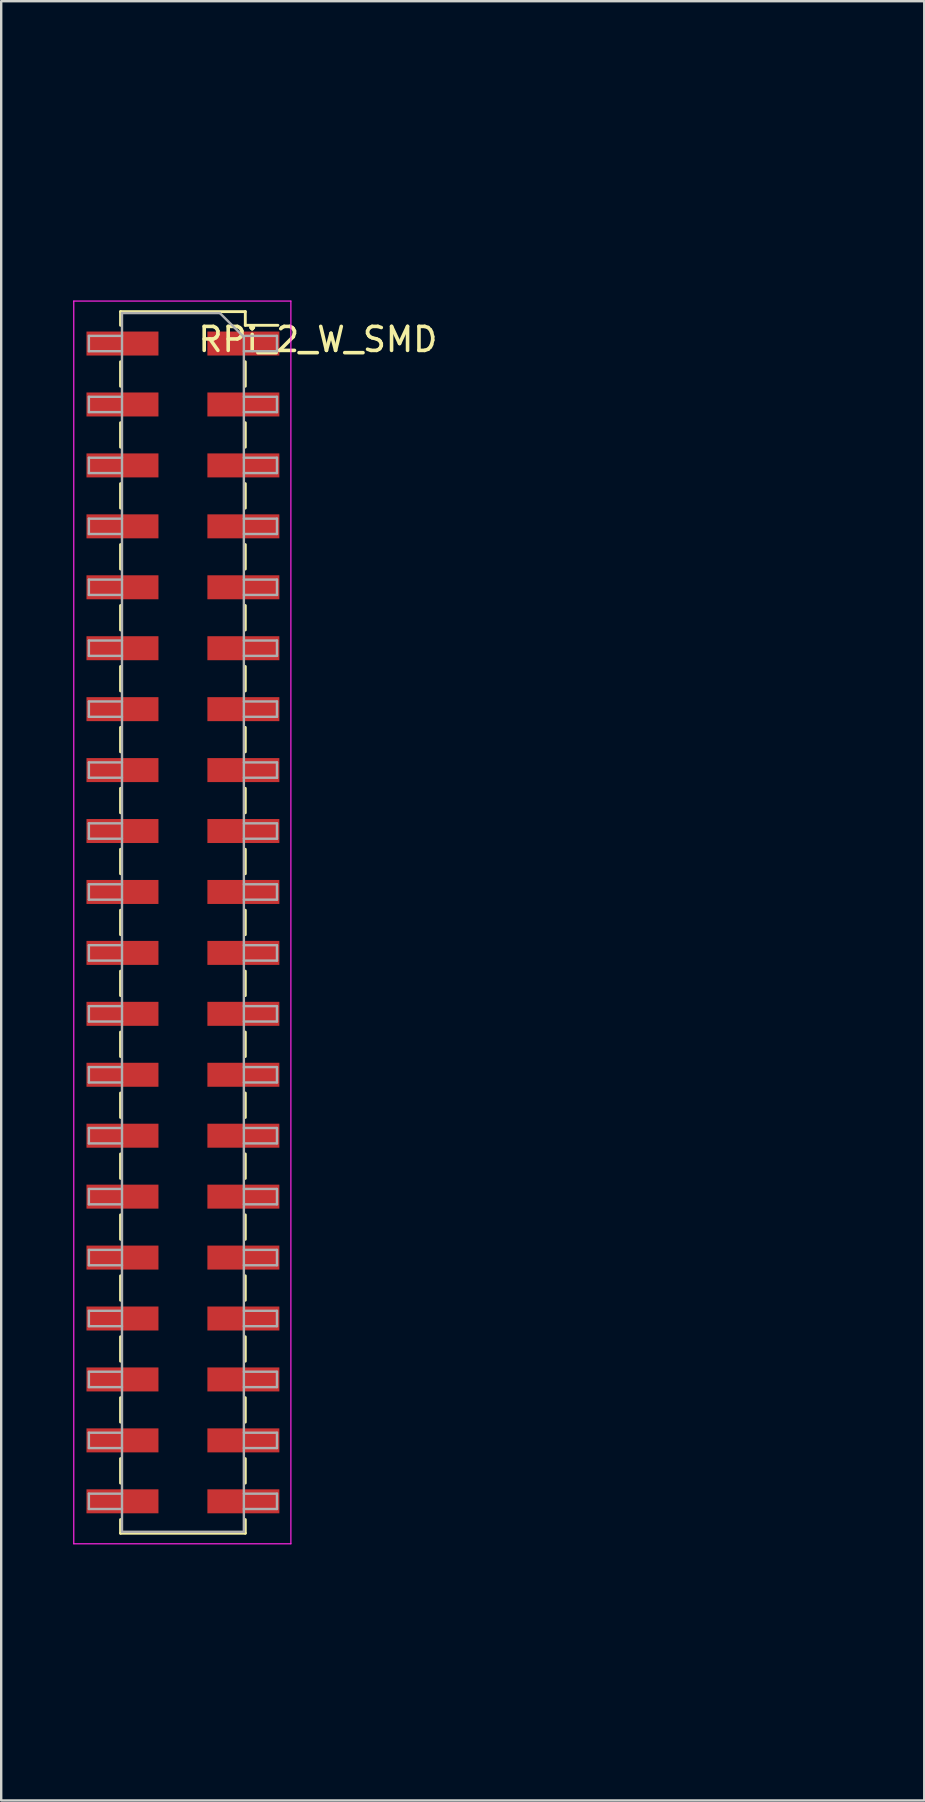
<source format=kicad_pcb>
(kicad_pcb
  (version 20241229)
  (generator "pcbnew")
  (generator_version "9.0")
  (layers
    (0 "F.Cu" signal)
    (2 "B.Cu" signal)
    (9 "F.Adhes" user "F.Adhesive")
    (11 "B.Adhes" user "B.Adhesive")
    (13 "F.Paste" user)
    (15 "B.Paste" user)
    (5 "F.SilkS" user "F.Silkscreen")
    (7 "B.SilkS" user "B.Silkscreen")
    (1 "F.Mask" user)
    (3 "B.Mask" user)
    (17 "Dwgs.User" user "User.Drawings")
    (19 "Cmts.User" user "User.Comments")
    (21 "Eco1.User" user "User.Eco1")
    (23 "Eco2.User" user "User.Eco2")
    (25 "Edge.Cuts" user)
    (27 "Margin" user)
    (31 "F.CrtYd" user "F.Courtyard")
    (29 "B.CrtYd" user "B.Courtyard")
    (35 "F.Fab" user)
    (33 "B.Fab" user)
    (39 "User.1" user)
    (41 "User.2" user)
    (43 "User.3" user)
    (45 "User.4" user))
  (footprint "RPi_2_W_SMD"
    (layer "F.Cu")
    (at 4.575 35.4)
    (property "Reference" "RPi_2_W_SMD" (at 5.625 -24.3 180) (layer "F.SilkS") (effects (font (size 1 1) (thickness 0.15))))
    (attr smd)
    (fp_line (start -2.6 -25.46) (end -2.6 -24.89) (stroke (width 0.12) (type solid)) (layer "F.SilkS"))
    (fp_line (start -2.6 -25.46) (end 2.6 -25.46) (stroke (width 0.12) (type solid)) (layer "F.SilkS"))
    (fp_line (start -2.6 -23.37) (end -2.6 -22.35) (stroke (width 0.12) (type solid)) (layer "F.SilkS"))
    (fp_line (start -2.6 -20.83) (end -2.6 -19.81) (stroke (width 0.12) (type solid)) (layer "F.SilkS"))
    (fp_line (start -2.6 -18.29) (end -2.6 -17.27) (stroke (width 0.12) (type solid)) (layer "F.SilkS"))
    (fp_line (start -2.6 -15.75) (end -2.6 -14.73) (stroke (width 0.12) (type solid)) (layer "F.SilkS"))
    (fp_line (start -2.6 -13.21) (end -2.6 -12.19) (stroke (width 0.12) (type solid)) (layer "F.SilkS"))
    (fp_line (start -2.6 -10.67) (end -2.6 -9.65) (stroke (width 0.12) (type solid)) (layer "F.SilkS"))
    (fp_line (start -2.6 -8.13) (end -2.6 -7.11) (stroke (width 0.12) (type solid)) (layer "F.SilkS"))
    (fp_line (start -2.6 -5.59) (end -2.6 -4.57) (stroke (width 0.12) (type solid)) (layer "F.SilkS"))
    (fp_line (start -2.6 -3.05) (end -2.6 -2.03) (stroke (width 0.12) (type solid)) (layer "F.SilkS"))
    (fp_line (start -2.6 -0.51) (end -2.6 0.51) (stroke (width 0.12) (type solid)) (layer "F.SilkS"))
    (fp_line (start -2.6 2.03) (end -2.6 3.05) (stroke (width 0.12) (type solid)) (layer "F.SilkS"))
    (fp_line (start -2.6 4.57) (end -2.6 5.59) (stroke (width 0.12) (type solid)) (layer "F.SilkS"))
    (fp_line (start -2.6 7.11) (end -2.6 8.13) (stroke (width 0.12) (type solid)) (layer "F.SilkS"))
    (fp_line (start -2.6 9.65) (end -2.6 10.67) (stroke (width 0.12) (type solid)) (layer "F.SilkS"))
    (fp_line (start -2.6 12.19) (end -2.6 13.21) (stroke (width 0.12) (type solid)) (layer "F.SilkS"))
    (fp_line (start -2.6 14.73) (end -2.6 15.75) (stroke (width 0.12) (type solid)) (layer "F.SilkS"))
    (fp_line (start -2.6 17.27) (end -2.6 18.29) (stroke (width 0.12) (type solid)) (layer "F.SilkS"))
    (fp_line (start -2.6 19.81) (end -2.6 20.83) (stroke (width 0.12) (type solid)) (layer "F.SilkS"))
    (fp_line (start -2.6 22.35) (end -2.6 23.37) (stroke (width 0.12) (type solid)) (layer "F.SilkS"))
    (fp_line (start -2.6 24.89) (end -2.6 25.46) (stroke (width 0.12) (type solid)) (layer "F.SilkS"))
    (fp_line (start -2.6 25.46) (end 2.6 25.46) (stroke (width 0.12) (type solid)) (layer "F.SilkS"))
    (fp_line (start 2.6 -25.46) (end 2.6 -24.89) (stroke (width 0.12) (type solid)) (layer "F.SilkS"))
    (fp_line (start 2.6 -24.89) (end 3.96 -24.89) (stroke (width 0.12) (type solid)) (layer "F.SilkS"))
    (fp_line (start 2.6 -23.37) (end 2.6 -22.35) (stroke (width 0.12) (type solid)) (layer "F.SilkS"))
    (fp_line (start 2.6 -20.83) (end 2.6 -19.81) (stroke (width 0.12) (type solid)) (layer "F.SilkS"))
    (fp_line (start 2.6 -18.29) (end 2.6 -17.27) (stroke (width 0.12) (type solid)) (layer "F.SilkS"))
    (fp_line (start 2.6 -15.75) (end 2.6 -14.73) (stroke (width 0.12) (type solid)) (layer "F.SilkS"))
    (fp_line (start 2.6 -13.21) (end 2.6 -12.19) (stroke (width 0.12) (type solid)) (layer "F.SilkS"))
    (fp_line (start 2.6 -10.67) (end 2.6 -9.65) (stroke (width 0.12) (type solid)) (layer "F.SilkS"))
    (fp_line (start 2.6 -8.13) (end 2.6 -7.11) (stroke (width 0.12) (type solid)) (layer "F.SilkS"))
    (fp_line (start 2.6 -5.59) (end 2.6 -4.57) (stroke (width 0.12) (type solid)) (layer "F.SilkS"))
    (fp_line (start 2.6 -3.05) (end 2.6 -2.03) (stroke (width 0.12) (type solid)) (layer "F.SilkS"))
    (fp_line (start 2.6 -0.51) (end 2.6 0.51) (stroke (width 0.12) (type solid)) (layer "F.SilkS"))
    (fp_line (start 2.6 2.03) (end 2.6 3.05) (stroke (width 0.12) (type solid)) (layer "F.SilkS"))
    (fp_line (start 2.6 4.57) (end 2.6 5.59) (stroke (width 0.12) (type solid)) (layer "F.SilkS"))
    (fp_line (start 2.6 7.11) (end 2.6 8.13) (stroke (width 0.12) (type solid)) (layer "F.SilkS"))
    (fp_line (start 2.6 9.65) (end 2.6 10.67) (stroke (width 0.12) (type solid)) (layer "F.SilkS"))
    (fp_line (start 2.6 12.19) (end 2.6 13.21) (stroke (width 0.12) (type solid)) (layer "F.SilkS"))
    (fp_line (start 2.6 14.73) (end 2.6 15.75) (stroke (width 0.12) (type solid)) (layer "F.SilkS"))
    (fp_line (start 2.6 17.27) (end 2.6 18.29) (stroke (width 0.12) (type solid)) (layer "F.SilkS"))
    (fp_line (start 2.6 19.81) (end 2.6 20.83) (stroke (width 0.12) (type solid)) (layer "F.SilkS"))
    (fp_line (start 2.6 22.35) (end 2.6 23.37) (stroke (width 0.12) (type solid)) (layer "F.SilkS"))
    (fp_line (start 2.6 24.89) (end 2.6 25.46) (stroke (width 0.12) (type solid)) (layer "F.SilkS"))
    (fp_line (start -4.55 -25.9) (end 4.5 -25.9) (stroke (width 0.05) (type solid)) (layer "F.CrtYd"))
    (fp_line (start -4.55 25.9) (end -4.55 -25.9) (stroke (width 0.05) (type solid)) (layer "F.CrtYd"))
    (fp_line (start 4.5 -25.9) (end 4.5 25.9) (stroke (width 0.05) (type solid)) (layer "F.CrtYd"))
    (fp_line (start 4.5 25.9) (end -4.55 25.9) (stroke (width 0.05) (type solid)) (layer "F.CrtYd"))
    (fp_line (start -3.92 -24.45) (end -2.54 -24.45) (stroke (width 0.1) (type solid)) (layer "F.Fab"))
    (fp_line (start -3.92 -23.81) (end -3.92 -24.45) (stroke (width 0.1) (type solid)) (layer "F.Fab"))
    (fp_line (start -3.92 -21.91) (end -2.54 -21.91) (stroke (width 0.1) (type solid)) (layer "F.Fab"))
    (fp_line (start -3.92 -21.27) (end -3.92 -21.91) (stroke (width 0.1) (type solid)) (layer "F.Fab"))
    (fp_line (start -3.92 -19.37) (end -2.54 -19.37) (stroke (width 0.1) (type solid)) (layer "F.Fab"))
    (fp_line (start -3.92 -18.73) (end -3.92 -19.37) (stroke (width 0.1) (type solid)) (layer "F.Fab"))
    (fp_line (start -3.92 -16.83) (end -2.54 -16.83) (stroke (width 0.1) (type solid)) (layer "F.Fab"))
    (fp_line (start -3.92 -16.19) (end -3.92 -16.83) (stroke (width 0.1) (type solid)) (layer "F.Fab"))
    (fp_line (start -3.92 -14.29) (end -2.54 -14.29) (stroke (width 0.1) (type solid)) (layer "F.Fab"))
    (fp_line (start -3.92 -13.65) (end -3.92 -14.29) (stroke (width 0.1) (type solid)) (layer "F.Fab"))
    (fp_line (start -3.92 -11.75) (end -2.54 -11.75) (stroke (width 0.1) (type solid)) (layer "F.Fab"))
    (fp_line (start -3.92 -11.11) (end -3.92 -11.75) (stroke (width 0.1) (type solid)) (layer "F.Fab"))
    (fp_line (start -3.92 -9.21) (end -2.54 -9.21) (stroke (width 0.1) (type solid)) (layer "F.Fab"))
    (fp_line (start -3.92 -8.57) (end -3.92 -9.21) (stroke (width 0.1) (type solid)) (layer "F.Fab"))
    (fp_line (start -3.92 -6.67) (end -2.54 -6.67) (stroke (width 0.1) (type solid)) (layer "F.Fab"))
    (fp_line (start -3.92 -6.03) (end -3.92 -6.67) (stroke (width 0.1) (type solid)) (layer "F.Fab"))
    (fp_line (start -3.92 -4.13) (end -2.54 -4.13) (stroke (width 0.1) (type solid)) (layer "F.Fab"))
    (fp_line (start -3.92 -3.49) (end -3.92 -4.13) (stroke (width 0.1) (type solid)) (layer "F.Fab"))
    (fp_line (start -3.92 -1.59) (end -2.54 -1.59) (stroke (width 0.1) (type solid)) (layer "F.Fab"))
    (fp_line (start -3.92 -0.95) (end -3.92 -1.59) (stroke (width 0.1) (type solid)) (layer "F.Fab"))
    (fp_line (start -3.92 0.95) (end -2.54 0.95) (stroke (width 0.1) (type solid)) (layer "F.Fab"))
    (fp_line (start -3.92 1.59) (end -3.92 0.95) (stroke (width 0.1) (type solid)) (layer "F.Fab"))
    (fp_line (start -3.92 3.49) (end -2.54 3.49) (stroke (width 0.1) (type solid)) (layer "F.Fab"))
    (fp_line (start -3.92 4.13) (end -3.92 3.49) (stroke (width 0.1) (type solid)) (layer "F.Fab"))
    (fp_line (start -3.92 6.03) (end -2.54 6.03) (stroke (width 0.1) (type solid)) (layer "F.Fab"))
    (fp_line (start -3.92 6.67) (end -3.92 6.03) (stroke (width 0.1) (type solid)) (layer "F.Fab"))
    (fp_line (start -3.92 8.57) (end -2.54 8.57) (stroke (width 0.1) (type solid)) (layer "F.Fab"))
    (fp_line (start -3.92 9.21) (end -3.92 8.57) (stroke (width 0.1) (type solid)) (layer "F.Fab"))
    (fp_line (start -3.92 11.11) (end -2.54 11.11) (stroke (width 0.1) (type solid)) (layer "F.Fab"))
    (fp_line (start -3.92 11.75) (end -3.92 11.11) (stroke (width 0.1) (type solid)) (layer "F.Fab"))
    (fp_line (start -3.92 13.65) (end -2.54 13.65) (stroke (width 0.1) (type solid)) (layer "F.Fab"))
    (fp_line (start -3.92 14.29) (end -3.92 13.65) (stroke (width 0.1) (type solid)) (layer "F.Fab"))
    (fp_line (start -3.92 16.19) (end -2.54 16.19) (stroke (width 0.1) (type solid)) (layer "F.Fab"))
    (fp_line (start -3.92 16.83) (end -3.92 16.19) (stroke (width 0.1) (type solid)) (layer "F.Fab"))
    (fp_line (start -3.92 18.73) (end -2.54 18.73) (stroke (width 0.1) (type solid)) (layer "F.Fab"))
    (fp_line (start -3.92 19.37) (end -3.92 18.73) (stroke (width 0.1) (type solid)) (layer "F.Fab"))
    (fp_line (start -3.92 21.27) (end -2.54 21.27) (stroke (width 0.1) (type solid)) (layer "F.Fab"))
    (fp_line (start -3.92 21.91) (end -3.92 21.27) (stroke (width 0.1) (type solid)) (layer "F.Fab"))
    (fp_line (start -3.92 23.81) (end -2.54 23.81) (stroke (width 0.1) (type solid)) (layer "F.Fab"))
    (fp_line (start -3.92 24.45) (end -3.92 23.81) (stroke (width 0.1) (type solid)) (layer "F.Fab"))
    (fp_line (start -2.54 -25.4) (end 1.54 -25.4) (stroke (width 0.1) (type solid)) (layer "F.Fab"))
    (fp_line (start -2.54 -23.81) (end -3.92 -23.81) (stroke (width 0.1) (type solid)) (layer "F.Fab"))
    (fp_line (start -2.54 -21.27) (end -3.92 -21.27) (stroke (width 0.1) (type solid)) (layer "F.Fab"))
    (fp_line (start -2.54 -18.73) (end -3.92 -18.73) (stroke (width 0.1) (type solid)) (layer "F.Fab"))
    (fp_line (start -2.54 -16.19) (end -3.92 -16.19) (stroke (width 0.1) (type solid)) (layer "F.Fab"))
    (fp_line (start -2.54 -13.65) (end -3.92 -13.65) (stroke (width 0.1) (type solid)) (layer "F.Fab"))
    (fp_line (start -2.54 -11.11) (end -3.92 -11.11) (stroke (width 0.1) (type solid)) (layer "F.Fab"))
    (fp_line (start -2.54 -8.57) (end -3.92 -8.57) (stroke (width 0.1) (type solid)) (layer "F.Fab"))
    (fp_line (start -2.54 -6.03) (end -3.92 -6.03) (stroke (width 0.1) (type solid)) (layer "F.Fab"))
    (fp_line (start -2.54 -3.49) (end -3.92 -3.49) (stroke (width 0.1) (type solid)) (layer "F.Fab"))
    (fp_line (start -2.54 -0.95) (end -3.92 -0.95) (stroke (width 0.1) (type solid)) (layer "F.Fab"))
    (fp_line (start -2.54 1.59) (end -3.92 1.59) (stroke (width 0.1) (type solid)) (layer "F.Fab"))
    (fp_line (start -2.54 4.13) (end -3.92 4.13) (stroke (width 0.1) (type solid)) (layer "F.Fab"))
    (fp_line (start -2.54 6.67) (end -3.92 6.67) (stroke (width 0.1) (type solid)) (layer "F.Fab"))
    (fp_line (start -2.54 9.21) (end -3.92 9.21) (stroke (width 0.1) (type solid)) (layer "F.Fab"))
    (fp_line (start -2.54 11.75) (end -3.92 11.75) (stroke (width 0.1) (type solid)) (layer "F.Fab"))
    (fp_line (start -2.54 14.29) (end -3.92 14.29) (stroke (width 0.1) (type solid)) (layer "F.Fab"))
    (fp_line (start -2.54 16.83) (end -3.92 16.83) (stroke (width 0.1) (type solid)) (layer "F.Fab"))
    (fp_line (start -2.54 19.37) (end -3.92 19.37) (stroke (width 0.1) (type solid)) (layer "F.Fab"))
    (fp_line (start -2.54 21.91) (end -3.92 21.91) (stroke (width 0.1) (type solid)) (layer "F.Fab"))
    (fp_line (start -2.54 24.45) (end -3.92 24.45) (stroke (width 0.1) (type solid)) (layer "F.Fab"))
    (fp_line (start -2.54 25.4) (end -2.54 -25.4) (stroke (width 0.1) (type solid)) (layer "F.Fab"))
    (fp_line (start 1.54 -25.4) (end 2.54 -24.4) (stroke (width 0.1) (type solid)) (layer "F.Fab"))
    (fp_line (start 2.54 -24.45) (end 3.92 -24.45) (stroke (width 0.1) (type solid)) (layer "F.Fab"))
    (fp_line (start 2.54 -24.4) (end 2.54 25.4) (stroke (width 0.1) (type solid)) (layer "F.Fab"))
    (fp_line (start 2.54 -21.91) (end 3.92 -21.91) (stroke (width 0.1) (type solid)) (layer "F.Fab"))
    (fp_line (start 2.54 -19.37) (end 3.92 -19.37) (stroke (width 0.1) (type solid)) (layer "F.Fab"))
    (fp_line (start 2.54 -16.83) (end 3.92 -16.83) (stroke (width 0.1) (type solid)) (layer "F.Fab"))
    (fp_line (start 2.54 -14.29) (end 3.92 -14.29) (stroke (width 0.1) (type solid)) (layer "F.Fab"))
    (fp_line (start 2.54 -11.75) (end 3.92 -11.75) (stroke (width 0.1) (type solid)) (layer "F.Fab"))
    (fp_line (start 2.54 -9.21) (end 3.92 -9.21) (stroke (width 0.1) (type solid)) (layer "F.Fab"))
    (fp_line (start 2.54 -6.67) (end 3.92 -6.67) (stroke (width 0.1) (type solid)) (layer "F.Fab"))
    (fp_line (start 2.54 -4.13) (end 3.92 -4.13) (stroke (width 0.1) (type solid)) (layer "F.Fab"))
    (fp_line (start 2.54 -1.59) (end 3.92 -1.59) (stroke (width 0.1) (type solid)) (layer "F.Fab"))
    (fp_line (start 2.54 0.95) (end 3.92 0.95) (stroke (width 0.1) (type solid)) (layer "F.Fab"))
    (fp_line (start 2.54 3.49) (end 3.92 3.49) (stroke (width 0.1) (type solid)) (layer "F.Fab"))
    (fp_line (start 2.54 6.03) (end 3.92 6.03) (stroke (width 0.1) (type solid)) (layer "F.Fab"))
    (fp_line (start 2.54 8.57) (end 3.92 8.57) (stroke (width 0.1) (type solid)) (layer "F.Fab"))
    (fp_line (start 2.54 11.11) (end 3.92 11.11) (stroke (width 0.1) (type solid)) (layer "F.Fab"))
    (fp_line (start 2.54 13.65) (end 3.92 13.65) (stroke (width 0.1) (type solid)) (layer "F.Fab"))
    (fp_line (start 2.54 16.19) (end 3.92 16.19) (stroke (width 0.1) (type solid)) (layer "F.Fab"))
    (fp_line (start 2.54 18.73) (end 3.92 18.73) (stroke (width 0.1) (type solid)) (layer "F.Fab"))
    (fp_line (start 2.54 21.27) (end 3.92 21.27) (stroke (width 0.1) (type solid)) (layer "F.Fab"))
    (fp_line (start 2.54 23.81) (end 3.92 23.81) (stroke (width 0.1) (type solid)) (layer "F.Fab"))
    (fp_line (start 2.54 25.4) (end -2.54 25.4) (stroke (width 0.1) (type solid)) (layer "F.Fab"))
    (fp_line (start 3.92 -24.45) (end 3.92 -23.81) (stroke (width 0.1) (type solid)) (layer "F.Fab"))
    (fp_line (start 3.92 -23.81) (end 2.54 -23.81) (stroke (width 0.1) (type solid)) (layer "F.Fab"))
    (fp_line (start 3.92 -21.91) (end 3.92 -21.27) (stroke (width 0.1) (type solid)) (layer "F.Fab"))
    (fp_line (start 3.92 -21.27) (end 2.54 -21.27) (stroke (width 0.1) (type solid)) (layer "F.Fab"))
    (fp_line (start 3.92 -19.37) (end 3.92 -18.73) (stroke (width 0.1) (type solid)) (layer "F.Fab"))
    (fp_line (start 3.92 -18.73) (end 2.54 -18.73) (stroke (width 0.1) (type solid)) (layer "F.Fab"))
    (fp_line (start 3.92 -16.83) (end 3.92 -16.19) (stroke (width 0.1) (type solid)) (layer "F.Fab"))
    (fp_line (start 3.92 -16.19) (end 2.54 -16.19) (stroke (width 0.1) (type solid)) (layer "F.Fab"))
    (fp_line (start 3.92 -14.29) (end 3.92 -13.65) (stroke (width 0.1) (type solid)) (layer "F.Fab"))
    (fp_line (start 3.92 -13.65) (end 2.54 -13.65) (stroke (width 0.1) (type solid)) (layer "F.Fab"))
    (fp_line (start 3.92 -11.75) (end 3.92 -11.11) (stroke (width 0.1) (type solid)) (layer "F.Fab"))
    (fp_line (start 3.92 -11.11) (end 2.54 -11.11) (stroke (width 0.1) (type solid)) (layer "F.Fab"))
    (fp_line (start 3.92 -9.21) (end 3.92 -8.57) (stroke (width 0.1) (type solid)) (layer "F.Fab"))
    (fp_line (start 3.92 -8.57) (end 2.54 -8.57) (stroke (width 0.1) (type solid)) (layer "F.Fab"))
    (fp_line (start 3.92 -6.67) (end 3.92 -6.03) (stroke (width 0.1) (type solid)) (layer "F.Fab"))
    (fp_line (start 3.92 -6.03) (end 2.54 -6.03) (stroke (width 0.1) (type solid)) (layer "F.Fab"))
    (fp_line (start 3.92 -4.13) (end 3.92 -3.49) (stroke (width 0.1) (type solid)) (layer "F.Fab"))
    (fp_line (start 3.92 -3.49) (end 2.54 -3.49) (stroke (width 0.1) (type solid)) (layer "F.Fab"))
    (fp_line (start 3.92 -1.59) (end 3.92 -0.95) (stroke (width 0.1) (type solid)) (layer "F.Fab"))
    (fp_line (start 3.92 -0.95) (end 2.54 -0.95) (stroke (width 0.1) (type solid)) (layer "F.Fab"))
    (fp_line (start 3.92 0.95) (end 3.92 1.59) (stroke (width 0.1) (type solid)) (layer "F.Fab"))
    (fp_line (start 3.92 1.59) (end 2.54 1.59) (stroke (width 0.1) (type solid)) (layer "F.Fab"))
    (fp_line (start 3.92 3.49) (end 3.92 4.13) (stroke (width 0.1) (type solid)) (layer "F.Fab"))
    (fp_line (start 3.92 4.13) (end 2.54 4.13) (stroke (width 0.1) (type solid)) (layer "F.Fab"))
    (fp_line (start 3.92 6.03) (end 3.92 6.67) (stroke (width 0.1) (type solid)) (layer "F.Fab"))
    (fp_line (start 3.92 6.67) (end 2.54 6.67) (stroke (width 0.1) (type solid)) (layer "F.Fab"))
    (fp_line (start 3.92 8.57) (end 3.92 9.21) (stroke (width 0.1) (type solid)) (layer "F.Fab"))
    (fp_line (start 3.92 9.21) (end 2.54 9.21) (stroke (width 0.1) (type solid)) (layer "F.Fab"))
    (fp_line (start 3.92 11.11) (end 3.92 11.75) (stroke (width 0.1) (type solid)) (layer "F.Fab"))
    (fp_line (start 3.92 11.75) (end 2.54 11.75) (stroke (width 0.1) (type solid)) (layer "F.Fab"))
    (fp_line (start 3.92 13.65) (end 3.92 14.29) (stroke (width 0.1) (type solid)) (layer "F.Fab"))
    (fp_line (start 3.92 14.29) (end 2.54 14.29) (stroke (width 0.1) (type solid)) (layer "F.Fab"))
    (fp_line (start 3.92 16.19) (end 3.92 16.83) (stroke (width 0.1) (type solid)) (layer "F.Fab"))
    (fp_line (start 3.92 16.83) (end 2.54 16.83) (stroke (width 0.1) (type solid)) (layer "F.Fab"))
    (fp_line (start 3.92 18.73) (end 3.92 19.37) (stroke (width 0.1) (type solid)) (layer "F.Fab"))
    (fp_line (start 3.92 19.37) (end 2.54 19.37) (stroke (width 0.1) (type solid)) (layer "F.Fab"))
    (fp_line (start 3.92 21.27) (end 3.92 21.91) (stroke (width 0.1) (type solid)) (layer "F.Fab"))
    (fp_line (start 3.92 21.91) (end 2.54 21.91) (stroke (width 0.1) (type solid)) (layer "F.Fab"))
    (fp_line (start 3.92 23.81) (end 3.92 24.45) (stroke (width 0.1) (type solid)) (layer "F.Fab"))
    (fp_line (start 3.92 24.45) (end 2.54 24.45) (stroke (width 0.1) (type solid)) (layer "F.Fab"))
    (fp_line (start -3.5 29.5) (end -3.5 -29.5) (stroke (width 0.2) (type solid)) (layer "User.1"))
    (fp_line (start -0.5 -32.5) (end 23.5 -32.5) (stroke (width 0.2) (type solid)) (layer "User.1"))
    (fp_line (start 3 33.5) (end 3 32.5) (stroke (width 0.2) (type solid)) (layer "User.1"))
    (fp_line (start 4.2 -32.5) (end 4.2 -34.3) (stroke (width 0.2) (type solid)) (layer "User.1"))
    (fp_line (start 5.2 -35.3) (end 14.2 -35.3) (stroke (width 0.2) (type solid)) (layer "User.1"))
    (fp_line (start 15.2 -34.3) (end 15.2 -32.5) (stroke (width 0.2) (type solid)) (layer "User.1"))
    (fp_line (start 20 32.5) (end 20 33.5) (stroke (width 0.2) (type solid)) (layer "User.1"))
    (fp_line (start 20 33.5) (end 3 33.5) (stroke (width 0.2) (type solid)) (layer "User.1"))
    (fp_line (start 23.5 32.5) (end -0.5 32.5) (stroke (width 0.2) (type solid)) (layer "User.1"))
    (fp_line (start 26.5 -29.5) (end 26.5 29.5) (stroke (width 0.2) (type solid)) (layer "User.1"))
    (fp_line (start 26.5 -26) (end 27.5 -26) (stroke (width 0.2) (type solid)) (layer "User.1"))
    (fp_line (start 26.5 4.9) (end 27.8 4.9) (stroke (width 0.2) (type solid)) (layer "User.1"))
    (fp_line (start 26.5 17.5) (end 27.8 17.5) (stroke (width 0.2) (type solid)) (layer "User.1"))
    (fp_line (start 27.5 -26) (end 27.5 -14) (stroke (width 0.2) (type solid)) (layer "User.1"))
    (fp_line (start 27.5 -14) (end 26.5 -14) (stroke (width 0.2) (type solid)) (layer "User.1"))
    (fp_line (start 27.8 4.9) (end 27.8 12.9) (stroke (width 0.2) (type solid)) (layer "User.1"))
    (fp_line (start 27.8 12.9) (end 26.5 12.9) (stroke (width 0.2) (type solid)) (layer "User.1"))
    (fp_line (start 27.8 17.5) (end 27.8 25.5) (stroke (width 0.2) (type solid)) (layer "User.1"))
    (fp_line (start 27.8 25.5) (end 26.5 25.5) (stroke (width 0.2) (type solid)) (layer "User.1"))
    (fp_arc (start -3.5 -29.5) (mid -2.62132 -31.62132) (end -0.5 -32.5) (stroke (width 0.2) (type solid)) (layer "User.1"))
    (fp_arc (start -0.5 32.5) (mid -2.62132 31.62132) (end -3.5 29.5) (stroke (width 0.2) (type solid)) (layer "User.1"))
    (fp_arc (start 4.2 -34.3) (mid 4.492893 -35.007107) (end 5.2 -35.3) (stroke (width 0.2) (type solid)) (layer "User.1"))
    (fp_arc (start 14.2 -35.3) (mid 14.907107 -35.007107) (end 15.2 -34.3) (stroke (width 0.2) (type solid)) (layer "User.1"))
    (fp_arc (start 23.5 -32.5) (mid 25.62132 -31.62132) (end 26.5 -29.5) (stroke (width 0.2) (type solid)) (layer "User.1"))
    (fp_arc (start 26.5 29.5) (mid 25.62132 31.62132) (end 23.5 32.5) (stroke (width 0.2) (type solid)) (layer "User.1"))
    (fp_circle (center 0 -29) (end 1.25 -29) (stroke (width 0.2) (type solid)) (fill no) (layer "User.1"))
    (fp_circle (center 0 29) (end 1.25 29) (stroke (width 0.2) (type solid)) (fill no) (layer "User.1"))
    (fp_circle (center 23 -29) (end 24.25 -29) (stroke (width 0.2) (type solid)) (fill no) (layer "User.1"))
    (fp_circle (center 23 29) (end 24.25 29) (stroke (width 0.2) (type solid)) (fill no) (layer "User.1"))
    (pad "1" smd rect (at 2.52 -24.13) (size 3 1) (layers "F.Cu" "F.Mask" "F.Paste"))
    (pad "2" smd rect (at -2.52 -24.13) (size 3 1) (layers "F.Cu" "F.Mask" "F.Paste"))
    (pad "3" smd rect (at 2.52 -21.59) (size 3 1) (layers "F.Cu" "F.Mask" "F.Paste"))
    (pad "4" smd rect (at -2.52 -21.59) (size 3 1) (layers "F.Cu" "F.Mask" "F.Paste"))
    (pad "5" smd rect (at 2.52 -19.05) (size 3 1) (layers "F.Cu" "F.Mask" "F.Paste"))
    (pad "6" smd rect (at -2.52 -19.05) (size 3 1) (layers "F.Cu" "F.Mask" "F.Paste"))
    (pad "7" smd rect (at 2.52 -16.51) (size 3 1) (layers "F.Cu" "F.Mask" "F.Paste"))
    (pad "8" smd rect (at -2.52 -16.51) (size 3 1) (layers "F.Cu" "F.Mask" "F.Paste"))
    (pad "9" smd rect (at 2.52 -13.97) (size 3 1) (layers "F.Cu" "F.Mask" "F.Paste"))
    (pad "10" smd rect (at -2.52 -13.97) (size 3 1) (layers "F.Cu" "F.Mask" "F.Paste"))
    (pad "11" smd rect (at 2.52 -11.43) (size 3 1) (layers "F.Cu" "F.Mask" "F.Paste"))
    (pad "12" smd rect (at -2.52 -11.43) (size 3 1) (layers "F.Cu" "F.Mask" "F.Paste"))
    (pad "13" smd rect (at 2.52 -8.89) (size 3 1) (layers "F.Cu" "F.Mask" "F.Paste"))
    (pad "14" smd rect (at -2.52 -8.89) (size 3 1) (layers "F.Cu" "F.Mask" "F.Paste"))
    (pad "15" smd rect (at 2.52 -6.35) (size 3 1) (layers "F.Cu" "F.Mask" "F.Paste"))
    (pad "16" smd rect (at -2.52 -6.35) (size 3 1) (layers "F.Cu" "F.Mask" "F.Paste"))
    (pad "17" smd rect (at 2.52 -3.81) (size 3 1) (layers "F.Cu" "F.Mask" "F.Paste"))
    (pad "18" smd rect (at -2.52 -3.81) (size 3 1) (layers "F.Cu" "F.Mask" "F.Paste"))
    (pad "19" smd rect (at 2.52 -1.27) (size 3 1) (layers "F.Cu" "F.Mask" "F.Paste"))
    (pad "20" smd rect (at -2.52 -1.27) (size 3 1) (layers "F.Cu" "F.Mask" "F.Paste"))
    (pad "21" smd rect (at 2.52 1.27) (size 3 1) (layers "F.Cu" "F.Mask" "F.Paste"))
    (pad "22" smd rect (at -2.52 1.27) (size 3 1) (layers "F.Cu" "F.Mask" "F.Paste"))
    (pad "23" smd rect (at 2.52 3.81) (size 3 1) (layers "F.Cu" "F.Mask" "F.Paste"))
    (pad "24" smd rect (at -2.52 3.81) (size 3 1) (layers "F.Cu" "F.Mask" "F.Paste"))
    (pad "25" smd rect (at 2.52 6.35) (size 3 1) (layers "F.Cu" "F.Mask" "F.Paste"))
    (pad "26" smd rect (at -2.52 6.35) (size 3 1) (layers "F.Cu" "F.Mask" "F.Paste"))
    (pad "27" smd rect (at 2.52 8.89) (size 3 1) (layers "F.Cu" "F.Mask" "F.Paste"))
    (pad "28" smd rect (at -2.52 8.89) (size 3 1) (layers "F.Cu" "F.Mask" "F.Paste"))
    (pad "29" smd rect (at 2.52 11.43) (size 3 1) (layers "F.Cu" "F.Mask" "F.Paste"))
    (pad "30" smd rect (at -2.52 11.43) (size 3 1) (layers "F.Cu" "F.Mask" "F.Paste"))
    (pad "31" smd rect (at 2.52 13.97) (size 3 1) (layers "F.Cu" "F.Mask" "F.Paste"))
    (pad "32" smd rect (at -2.52 13.97) (size 3 1) (layers "F.Cu" "F.Mask" "F.Paste"))
    (pad "33" smd rect (at 2.52 16.51) (size 3 1) (layers "F.Cu" "F.Mask" "F.Paste"))
    (pad "34" smd rect (at -2.52 16.51) (size 3 1) (layers "F.Cu" "F.Mask" "F.Paste"))
    (pad "35" smd rect (at 2.52 19.05) (size 3 1) (layers "F.Cu" "F.Mask" "F.Paste"))
    (pad "36" smd rect (at -2.52 19.05) (size 3 1) (layers "F.Cu" "F.Mask" "F.Paste"))
    (pad "37" smd rect (at 2.52 21.59) (size 3 1) (layers "F.Cu" "F.Mask" "F.Paste"))
    (pad "38" smd rect (at -2.52 21.59) (size 3 1) (layers "F.Cu" "F.Mask" "F.Paste"))
    (pad "39" smd rect (at 2.52 24.13) (size 3 1) (layers "F.Cu" "F.Mask" "F.Paste"))
    (pad "40" smd rect (at -2.52 24.13) (size 3 1) (layers "F.Cu" "F.Mask" "F.Paste")))
  (gr_rect
    (start -3 -3)
    (end 35.475 72)
    (stroke (width 0.1) (type default))
    (fill no)
    (layer "Edge.Cuts")))
</source>
